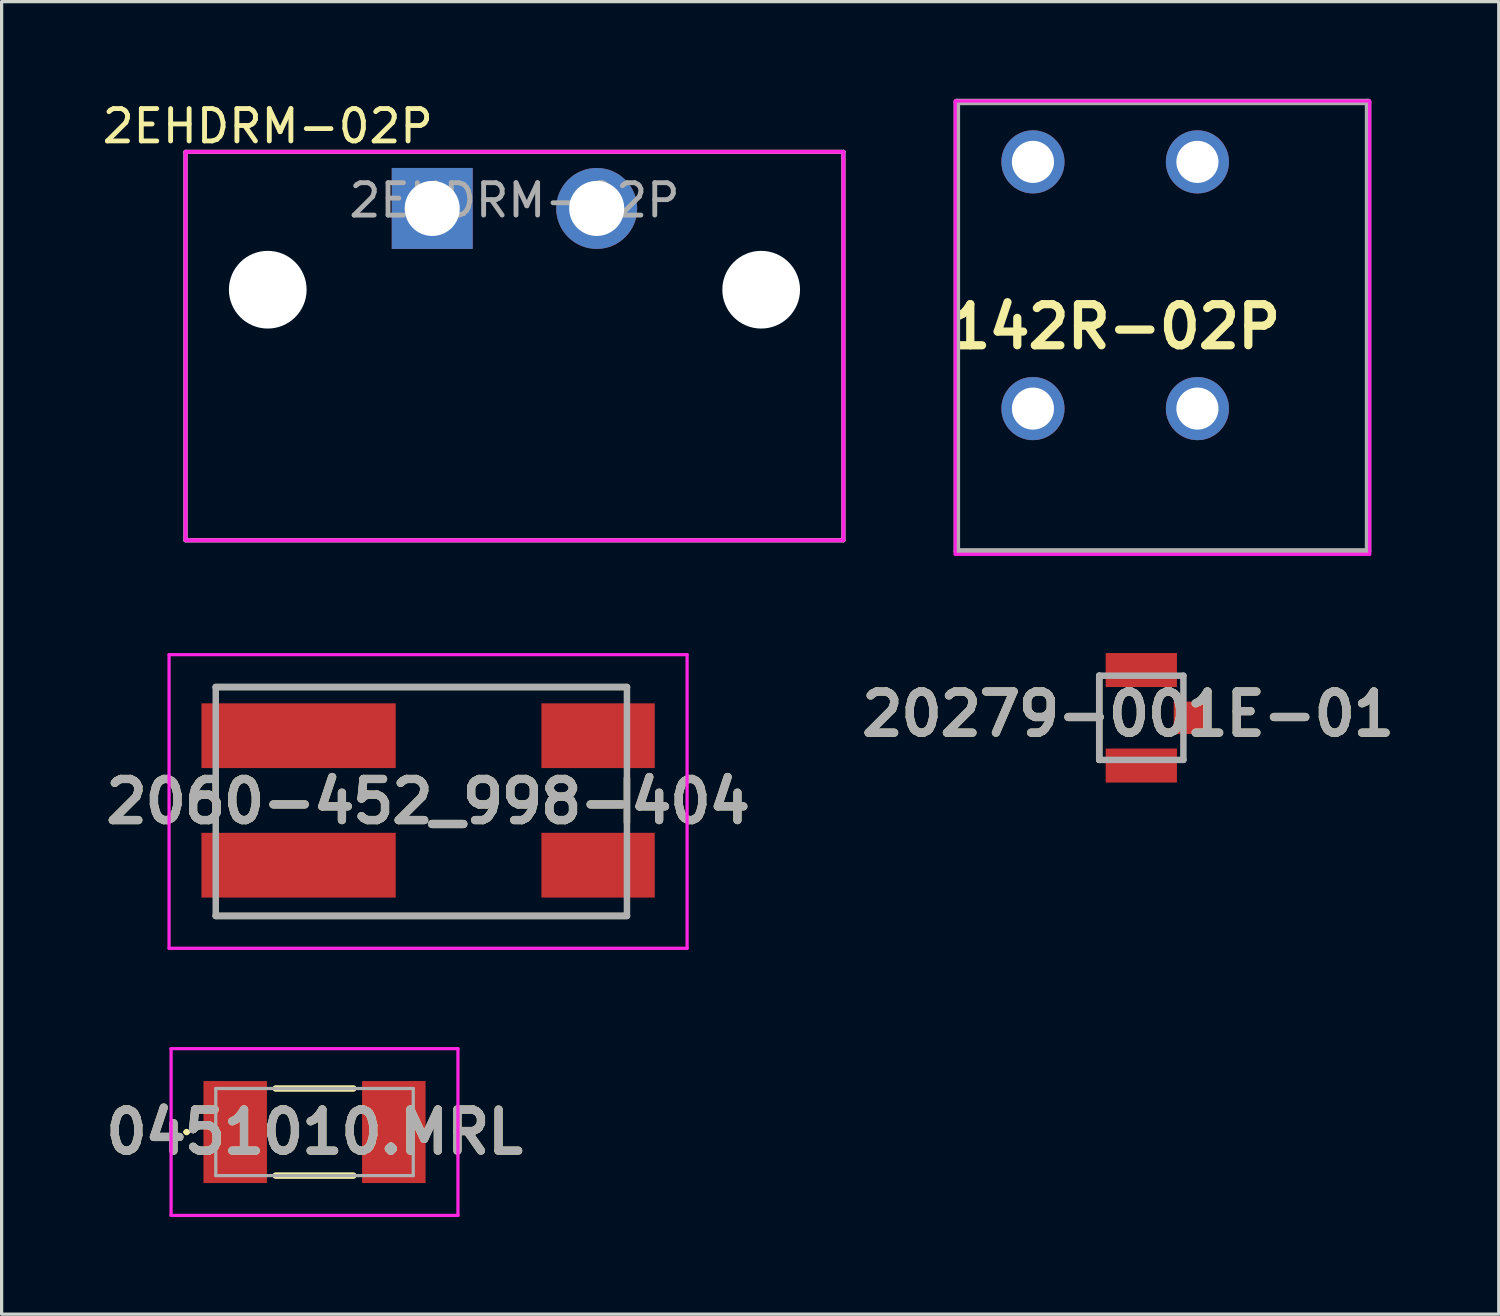
<source format=kicad_pcb>
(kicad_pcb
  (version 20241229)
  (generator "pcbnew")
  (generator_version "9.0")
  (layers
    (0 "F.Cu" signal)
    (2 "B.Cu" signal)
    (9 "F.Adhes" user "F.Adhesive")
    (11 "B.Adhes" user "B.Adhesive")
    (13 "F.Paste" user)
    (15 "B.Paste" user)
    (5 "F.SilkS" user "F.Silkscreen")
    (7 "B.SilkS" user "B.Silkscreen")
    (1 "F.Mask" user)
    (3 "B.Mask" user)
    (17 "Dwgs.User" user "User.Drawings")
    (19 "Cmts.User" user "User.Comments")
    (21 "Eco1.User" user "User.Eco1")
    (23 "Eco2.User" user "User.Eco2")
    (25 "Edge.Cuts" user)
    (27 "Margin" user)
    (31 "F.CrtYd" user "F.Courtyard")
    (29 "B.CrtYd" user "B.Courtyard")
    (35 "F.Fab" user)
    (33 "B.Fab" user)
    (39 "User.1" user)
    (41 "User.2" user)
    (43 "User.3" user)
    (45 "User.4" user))
  (footprint "0451010.MRL"
    (layer "F.Cu")
    (at 6.664 31.915)
    (property "Reference" "0451010.MRL" (at 0 0 0) (layer "F.SilkS") (effects (font (size 1.27 1.27) (thickness 0.254))))
    (attr smd)
    (fp_line (start -4 0) (end -4 0) (stroke (width 0.1) (type solid)) (layer "F.SilkS"))
    (fp_line (start -3.9 0) (end -3.9 0) (stroke (width 0.1) (type solid)) (layer "F.SilkS"))
    (fp_line (start -1.2 -1.345) (end 1.2 -1.345) (stroke (width 0.2) (type solid)) (layer "F.SilkS"))
    (fp_line (start -1.2 1.345) (end 1.2 1.345) (stroke (width 0.2) (type solid)) (layer "F.SilkS"))
    (fp_arc (start -4 0) (mid -3.95 -0.05) (end -3.9 0) (stroke (width 0.1) (type solid)) (layer "F.SilkS"))
    (fp_arc (start -3.9 0) (mid -3.95 0.05) (end -4 0) (stroke (width 0.1) (type solid)) (layer "F.SilkS"))
    (fp_line (start -4.43 -2.575) (end 4.43 -2.575) (stroke (width 0.1) (type solid)) (layer "F.CrtYd"))
    (fp_line (start -4.43 2.575) (end -4.43 -2.575) (stroke (width 0.1) (type solid)) (layer "F.CrtYd"))
    (fp_line (start 4.43 -2.575) (end 4.43 2.575) (stroke (width 0.1) (type solid)) (layer "F.CrtYd"))
    (fp_line (start 4.43 2.575) (end -4.43 2.575) (stroke (width 0.1) (type solid)) (layer "F.CrtYd"))
    (fp_line (start -3.05 -1.345) (end 3.05 -1.345) (stroke (width 0.1) (type solid)) (layer "F.Fab"))
    (fp_line (start -3.05 1.345) (end -3.05 -1.345) (stroke (width 0.1) (type solid)) (layer "F.Fab"))
    (fp_line (start 3.05 -1.345) (end 3.05 1.345) (stroke (width 0.1) (type solid)) (layer "F.Fab"))
    (fp_line (start 3.05 1.345) (end -3.05 1.345) (stroke (width 0.1) (type solid)) (layer "F.Fab"))
    (fp_text user "${REFERENCE}" (at 0 0 0) (layer "F.Fab") (effects (font (size 1.27 1.27) (thickness 0.254))))
    (pad "1" smd rect (at -2.45 0) (size 1.96 3.15) (layers "F.Cu" "F.Mask" "F.Paste"))
    (pad "2" smd rect (at 2.45 0) (size 1.96 3.15) (layers "F.Cu" "F.Mask" "F.Paste")))
  (footprint "20279-001E-01"
    (layer "F.Cu")
    (at 32.201 19.12)
    (property "Reference" "20279-001E-01" (at -0.408 -0.115 0) (layer "F.SilkS") (effects (font (size 1.27 1.27) (thickness 0.254))))
    (attr smd)
    (fp_line (start -1.3 -1.3) (end -1.3 1.3) (stroke (width 0.2) (type solid)) (layer "F.SilkS"))
    (fp_line (start -1.3 -1.3) (end 1.3 -1.3) (stroke (width 0.2) (type solid)) (layer "F.Fab"))
    (fp_line (start -1.3 1.3) (end -1.3 -1.3) (stroke (width 0.2) (type solid)) (layer "F.Fab"))
    (fp_line (start 1.3 -1.3) (end 1.3 1.3) (stroke (width 0.2) (type solid)) (layer "F.Fab"))
    (fp_line (start 1.3 1.3) (end -1.3 1.3) (stroke (width 0.2) (type solid)) (layer "F.Fab"))
    (fp_text user "${REFERENCE}" (at -0.408 -0.115 0) (layer "F.Fab") (effects (font (size 1.27 1.27) (thickness 0.254))))
    (pad "1" smd rect (at 0 -1.475 90) (size 1.05 2.2) (layers "F.Cu" "F.Mask" "F.Paste"))
    (pad "2" smd rect (at 0 1.475 90) (size 1.05 2.2) (layers "F.Cu" "F.Mask" "F.Paste"))
    (pad "3" smd rect (at 1.525 0 90) (size 1 1.05) (layers "F.Cu" "F.Mask" "F.Paste")))
  (footprint "2EHDRM-02P"
    (layer "F.Cu")
    (at 12.84 3.388)
    (property "Reference" "2EHDRM-02P" (at -7.62 -2.54 0) (unlocked yes) (layer "F.SilkS") (effects (font (size 1 1) (thickness 0.15))))
    (attr through_hole)
    (fp_line (start -10.16 -1.75) (end -10.16 10.25) (stroke (width 0.12) (type solid)) (layer "F.SilkS"))
    (fp_line (start -10.16 -1.75) (end 10.16 -1.75) (stroke (width 0.12) (type solid)) (layer "F.SilkS"))
    (fp_line (start -10.16 10.25) (end 10.16 10.25) (stroke (width 0.12) (type solid)) (layer "F.SilkS"))
    (fp_line (start 10.16 -1.75) (end 10.16 10.25) (stroke (width 0.12) (type solid)) (layer "F.SilkS"))
    (fp_rect (start -10.16 -1.75) (end 10.16 10.25) (stroke (width 0.12) (type solid)) (fill no) (layer "F.CrtYd"))
    (fp_line (start -10.16 -1.75) (end -10.16 10.25) (stroke (width 0.12) (type solid)) (layer "F.Fab"))
    (fp_line (start -10.16 -1.75) (end 10.16 -1.75) (stroke (width 0.12) (type solid)) (layer "F.Fab"))
    (fp_line (start -10.16 10.25) (end 10.16 10.25) (stroke (width 0.12) (type solid)) (layer "F.Fab"))
    (fp_line (start 10.16 -1.75) (end 10.16 10.25) (stroke (width 0.12) (type solid)) (layer "F.Fab"))
    (fp_text user "${REFERENCE}" (at 0 -0.25 0) (unlocked yes) (layer "F.Fab") (effects (font (size 1 1) (thickness 0.15))))
    (pad "" np_thru_hole circle (at -7.62 2.51) (size 2.4 2.4) (drill 2.4) (layers "*.Cu" "*.Mask"))
    (pad "" np_thru_hole circle (at 7.62 2.51) (size 2.4 2.4) (drill 2.4) (layers "*.Cu" "*.Mask"))
    (pad "1" thru_hole rect (at -2.54 0) (size 2.5 2.5) (drill 1.7) (layers "*.Cu" "*.Mask"))
    (pad "2" thru_hole circle (at 2.54 0) (size 2.5 2.5) (drill 1.7) (layers "*.Cu" "*.Mask"))
    (zone (net_name "") (layers "F.Cu" "B.Cu") (hatch edge 0.508) (connect_pads) (min_thickness 0.254) (filled_areas_thickness no) (keepout (tracks not_allowed) (vias not_allowed) (pads not_allowed) (copperpour not_allowed) (footprints allowed)) (placement (enabled no)) (fill) (polygon (pts (xy 6.725 5.898) (xy 6.705 5.652) (xy 6.645 5.413) (xy 6.547 5.187) (xy 6.413 4.98) (xy 6.247 4.797) (xy 6.053 4.645) (xy 5.837 4.525) (xy 5.605 4.443) (xy 5.362 4.4) (xy 5.115 4.397) (xy 4.871 4.434) (xy 4.637 4.511) (xy 4.418 4.625) (xy 4.221 4.773) (xy 4.051 4.951) (xy 3.912 5.155) (xy 3.808 5.379) (xy 3.742 5.616) (xy 3.716 5.861) (xy 3.73 6.108) (xy 3.784 6.348) (xy 3.877 6.577) (xy 4.006 6.787) (xy 4.167 6.974) (xy 4.357 7.131) (xy 4.57 7.256) (xy 4.8 7.344) (xy 5.042 7.393) (xy 5.289 7.402) (xy 5.533 7.37) (xy 5.769 7.3) (xy 5.991 7.191) (xy 6.192 7.048) (xy 6.366 6.874) (xy 6.51 6.673) (xy 6.62 6.452) (xy 6.691 6.216) (xy 6.724 5.972))))
    (zone (net_name "") (layers "F.Cu" "B.Cu") (hatch edge 0.508) (connect_pads) (min_thickness 0.254) (filled_areas_thickness no) (keepout (tracks not_allowed) (vias not_allowed) (pads not_allowed) (copperpour not_allowed) (footprints allowed)) (placement (enabled no)) (fill) (polygon (pts (xy 21.965 5.898) (xy 21.945 5.652) (xy 21.885 5.413) (xy 21.787 5.187) (xy 21.653 4.98) (xy 21.487 4.797) (xy 21.293 4.645) (xy 21.077 4.525) (xy 20.845 4.443) (xy 20.602 4.4) (xy 20.355 4.397) (xy 20.111 4.434) (xy 19.877 4.511) (xy 19.658 4.625) (xy 19.461 4.773) (xy 19.291 4.951) (xy 19.152 5.155) (xy 19.048 5.379) (xy 18.982 5.616) (xy 18.956 5.861) (xy 18.97 6.108) (xy 19.024 6.348) (xy 19.117 6.577) (xy 19.246 6.787) (xy 19.407 6.974) (xy 19.597 7.131) (xy 19.81 7.256) (xy 20.04 7.344) (xy 20.282 7.393) (xy 20.529 7.402) (xy 20.773 7.37) (xy 21.009 7.3) (xy 21.231 7.191) (xy 21.432 7.048) (xy 21.606 6.874) (xy 21.75 6.673) (xy 21.86 6.452) (xy 21.931 6.216) (xy 21.964 5.972)))))
  (footprint "2060-452_998-404"
    (layer "F.Cu")
    (at 3.614 21.673)
    (property "Reference" "2060-452_998-404" (at 6.558 0.032 0) (layer "F.SilkS") (effects (font (size 1.27 1.27) (thickness 0.254))))
    (attr smd)
    (fp_line (start 0 -3.503) (end 12.7 -3.503) (stroke (width 0.2) (type solid)) (layer "F.SilkS"))
    (fp_line (start 0 -0.684) (end 0 0.684) (stroke (width 0.2) (type solid)) (layer "F.SilkS"))
    (fp_line (start 12.7 -0.684) (end 12.7 0.684) (stroke (width 0.2) (type solid)) (layer "F.SilkS"))
    (fp_line (start 12.7 3.567) (end 0 3.567) (stroke (width 0.2) (type solid)) (layer "F.SilkS"))
    (fp_line (start -1.442 -4.503) (end 14.558 -4.503) (stroke (width 0.1) (type solid)) (layer "F.CrtYd"))
    (fp_line (start -1.442 4.567) (end -1.442 -4.503) (stroke (width 0.1) (type solid)) (layer "F.CrtYd"))
    (fp_line (start 14.558 -4.503) (end 14.558 4.567) (stroke (width 0.1) (type solid)) (layer "F.CrtYd"))
    (fp_line (start 14.558 4.567) (end -1.442 4.567) (stroke (width 0.1) (type solid)) (layer "F.CrtYd"))
    (fp_line (start 0 -3.503) (end 12.7 -3.503) (stroke (width 0.2) (type solid)) (layer "F.Fab"))
    (fp_line (start 0 3.567) (end 0 -3.503) (stroke (width 0.2) (type solid)) (layer "F.Fab"))
    (fp_line (start 12.7 -3.503) (end 12.7 3.567) (stroke (width 0.2) (type solid)) (layer "F.Fab"))
    (fp_line (start 12.7 3.567) (end 0 3.567) (stroke (width 0.2) (type solid)) (layer "F.Fab"))
    (fp_text user "${REFERENCE}" (at 6.558 0.032 0) (layer "F.Fab") (effects (font (size 1.27 1.27) (thickness 0.254))))
    (pad "1" smd rect (at 11.808 -2 90) (size 2 3.5) (layers "F.Cu" "F.Mask" "F.Paste"))
    (pad "2" smd rect (at 11.808 2 90) (size 2 3.5) (layers "F.Cu" "F.Mask" "F.Paste"))
    (pad "3" smd rect (at 2.558 -2 90) (size 2 6) (layers "F.Cu" "F.Mask" "F.Paste"))
    (pad "4" smd rect (at 2.558 2 90) (size 2 6) (layers "F.Cu" "F.Mask" "F.Paste")))
  (footprint "142R-02P"
    (layer "F.Cu")
    (at 28.854 9.57)
    (property "Reference" "142R-02P" (at 2.54 -2.53 0) (layer "F.SilkS") (effects (font (size 1.27 1.27) (thickness 0.254))))
    (attr through_hole)
    (fp_line (start -2.35 -9.47) (end 10.35 -9.47) (stroke (width 0.1) (type solid)) (layer "F.SilkS"))
    (fp_line (start -2.35 4.41) (end -2.35 -9.47) (stroke (width 0.1) (type solid)) (layer "F.SilkS"))
    (fp_line (start 10.35 -9.47) (end 10.35 4.41) (stroke (width 0.1) (type solid)) (layer "F.SilkS"))
    (fp_line (start 10.35 4.41) (end -2.35 4.41) (stroke (width 0.1) (type solid)) (layer "F.SilkS"))
    (fp_line (start -2.4 -9.5) (end 10.4 -9.5) (stroke (width 0.1) (type solid)) (layer "F.CrtYd"))
    (fp_line (start -2.4 4.5) (end -2.4 -9.5) (stroke (width 0.1) (type solid)) (layer "F.CrtYd"))
    (fp_line (start 10.4 -9.5) (end 10.4 4.5) (stroke (width 0.1) (type solid)) (layer "F.CrtYd"))
    (fp_line (start 10.4 4.5) (end -2.4 4.5) (stroke (width 0.1) (type solid)) (layer "F.CrtYd"))
    (fp_line (start -2.35 -9.47) (end 10.35 -9.47) (stroke (width 0.2) (type solid)) (layer "F.Fab"))
    (fp_line (start -2.35 4.41) (end -2.35 -9.47) (stroke (width 0.2) (type solid)) (layer "F.Fab"))
    (fp_line (start 10.35 -9.47) (end 10.35 4.41) (stroke (width 0.2) (type solid)) (layer "F.Fab"))
    (fp_line (start 10.35 4.41) (end -2.35 4.41) (stroke (width 0.2) (type solid)) (layer "F.Fab"))
    (pad "1" thru_hole circle (at 0 0) (size 1.95 1.95) (drill 1.3) (layers "*.Cu" "*.Mask"))
    (pad "2" thru_hole circle (at 0 -7.62) (size 1.95 1.95) (drill 1.3) (layers "*.Cu" "*.Mask"))
    (pad "3" thru_hole circle (at 5.08 0) (size 1.95 1.95) (drill 1.3) (layers "*.Cu" "*.Mask"))
    (pad "4" thru_hole circle (at 5.08 -7.62) (size 1.95 1.95) (drill 1.3) (layers "*.Cu" "*.Mask")))
  (gr_rect
    (start -3 -3)
    (end 43.241 37.54)
    (stroke (width 0.1) (type default))
    (fill no)
    (layer "Edge.Cuts")))
</source>
